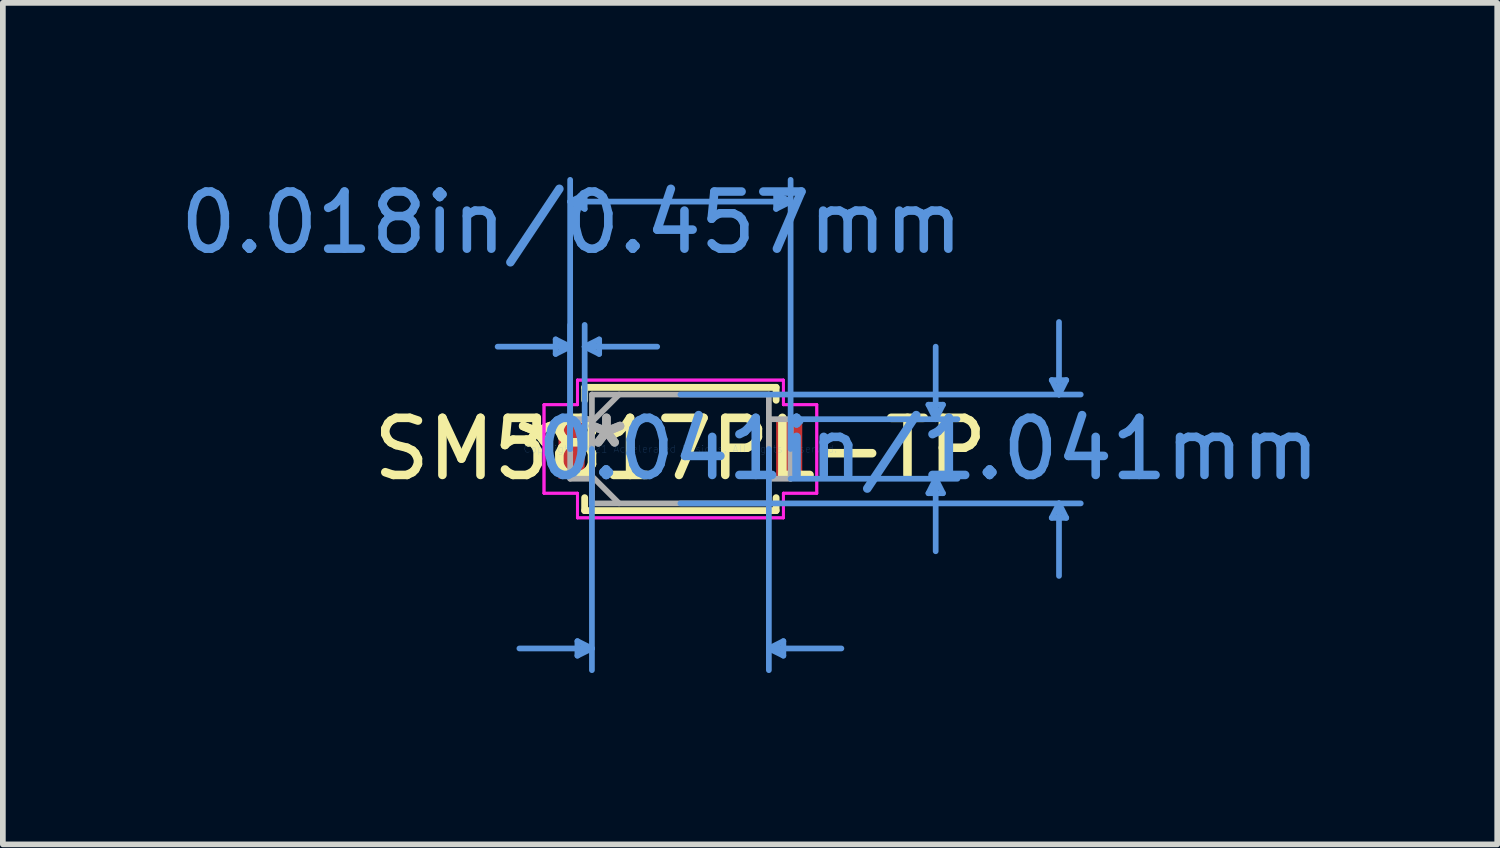
<source format=kicad_pcb>
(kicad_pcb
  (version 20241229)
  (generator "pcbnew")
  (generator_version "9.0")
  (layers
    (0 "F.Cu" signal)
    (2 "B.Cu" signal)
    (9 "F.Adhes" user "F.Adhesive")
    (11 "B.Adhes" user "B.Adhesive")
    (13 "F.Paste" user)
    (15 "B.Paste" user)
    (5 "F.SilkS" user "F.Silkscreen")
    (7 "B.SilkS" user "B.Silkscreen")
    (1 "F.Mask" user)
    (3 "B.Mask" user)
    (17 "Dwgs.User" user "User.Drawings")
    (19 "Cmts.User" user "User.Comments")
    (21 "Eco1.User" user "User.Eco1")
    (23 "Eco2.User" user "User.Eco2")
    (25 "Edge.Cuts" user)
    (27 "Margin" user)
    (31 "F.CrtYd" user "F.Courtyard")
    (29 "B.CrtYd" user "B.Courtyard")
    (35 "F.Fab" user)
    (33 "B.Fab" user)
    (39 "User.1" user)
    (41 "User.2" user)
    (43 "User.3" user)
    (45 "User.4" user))
  (footprint "SM5817PL-TP"
    (layer "F.Cu")
    (at 8.863 4.811)
    (property "Reference" "SM5817PL-TP" (at 0 0 0) (layer "F.SilkS") (effects (font (size 1 1) (thickness 0.15))))
    (attr through_hole)
    (fp_line (start -1.676 -1.079) (end -1.676 -0.853) (stroke (width 0.12) (type solid)) (layer "F.SilkS"))
    (fp_line (start -1.676 0.853) (end -1.676 1.079) (stroke (width 0.12) (type solid)) (layer "F.SilkS"))
    (fp_line (start -1.676 1.079) (end 1.676 1.079) (stroke (width 0.12) (type solid)) (layer "F.SilkS"))
    (fp_line (start 1.676 -1.079) (end -1.676 -1.079) (stroke (width 0.12) (type solid)) (layer "F.SilkS"))
    (fp_line (start 1.676 -0.853) (end 1.676 -1.079) (stroke (width 0.12) (type solid)) (layer "F.SilkS"))
    (fp_line (start 1.676 1.079) (end 1.676 0.853) (stroke (width 0.12) (type solid)) (layer "F.SilkS"))
    (fp_line (start -2.184 -1.918) (end -2.184 -1.664) (stroke (width 0.1) (type solid)) (layer "Cmts.User"))
    (fp_line (start -1.93 -4.331) (end -1.676 -4.458) (stroke (width 0.1) (type solid)) (layer "Cmts.User"))
    (fp_line (start -1.93 -4.331) (end -1.676 -4.204) (stroke (width 0.1) (type solid)) (layer "Cmts.User"))
    (fp_line (start -1.93 -4.331) (end 1.93 -4.331) (stroke (width 0.1) (type solid)) (layer "Cmts.User"))
    (fp_line (start -1.93 -1.791) (end -3.2 -1.791) (stroke (width 0.1) (type solid)) (layer "Cmts.User"))
    (fp_line (start -1.93 -1.791) (end -2.184 -1.918) (stroke (width 0.1) (type solid)) (layer "Cmts.User"))
    (fp_line (start -1.93 -1.791) (end -2.184 -1.664) (stroke (width 0.1) (type solid)) (layer "Cmts.User"))
    (fp_line (start -1.93 0) (end -1.93 -4.712) (stroke (width 0.1) (type solid)) (layer "Cmts.User"))
    (fp_line (start -1.93 0) (end -1.93 -2.172) (stroke (width 0.1) (type solid)) (layer "Cmts.User"))
    (fp_line (start -1.803 3.365) (end -1.803 3.619) (stroke (width 0.1) (type solid)) (layer "Cmts.User"))
    (fp_line (start -1.676 -4.458) (end -1.676 -4.204) (stroke (width 0.1) (type solid)) (layer "Cmts.User"))
    (fp_line (start -1.676 -1.791) (end -1.422 -1.918) (stroke (width 0.1) (type solid)) (layer "Cmts.User"))
    (fp_line (start -1.676 -1.791) (end -1.422 -1.664) (stroke (width 0.1) (type solid)) (layer "Cmts.User"))
    (fp_line (start -1.676 -1.791) (end -0.406 -1.791) (stroke (width 0.1) (type solid)) (layer "Cmts.User"))
    (fp_line (start -1.676 0) (end -1.676 -2.172) (stroke (width 0.1) (type solid)) (layer "Cmts.User"))
    (fp_line (start -1.549 0) (end -1.549 3.873) (stroke (width 0.1) (type solid)) (layer "Cmts.User"))
    (fp_line (start -1.549 3.493) (end -2.819 3.493) (stroke (width 0.1) (type solid)) (layer "Cmts.User"))
    (fp_line (start -1.549 3.493) (end -1.803 3.365) (stroke (width 0.1) (type solid)) (layer "Cmts.User"))
    (fp_line (start -1.549 3.493) (end -1.803 3.619) (stroke (width 0.1) (type solid)) (layer "Cmts.User"))
    (fp_line (start -1.422 -1.918) (end -1.422 -1.664) (stroke (width 0.1) (type solid)) (layer "Cmts.User"))
    (fp_line (start 0 -0.953) (end 7.01 -0.953) (stroke (width 0.1) (type solid)) (layer "Cmts.User"))
    (fp_line (start 0 0.953) (end 7.01 0.953) (stroke (width 0.1) (type solid)) (layer "Cmts.User"))
    (fp_line (start 1.549 0) (end 1.549 3.873) (stroke (width 0.1) (type solid)) (layer "Cmts.User"))
    (fp_line (start 1.549 3.493) (end 1.803 3.365) (stroke (width 0.1) (type solid)) (layer "Cmts.User"))
    (fp_line (start 1.549 3.493) (end 1.803 3.619) (stroke (width 0.1) (type solid)) (layer "Cmts.User"))
    (fp_line (start 1.549 3.493) (end 2.819 3.493) (stroke (width 0.1) (type solid)) (layer "Cmts.User"))
    (fp_line (start 1.676 -4.458) (end 1.676 -4.204) (stroke (width 0.1) (type solid)) (layer "Cmts.User"))
    (fp_line (start 1.803 3.365) (end 1.803 3.619) (stroke (width 0.1) (type solid)) (layer "Cmts.User"))
    (fp_line (start 1.93 -4.331) (end 1.676 -4.458) (stroke (width 0.1) (type solid)) (layer "Cmts.User"))
    (fp_line (start 1.93 -4.331) (end 1.676 -4.204) (stroke (width 0.1) (type solid)) (layer "Cmts.User"))
    (fp_line (start 1.93 -0.521) (end 4.851 -0.521) (stroke (width 0.1) (type solid)) (layer "Cmts.User"))
    (fp_line (start 1.93 0) (end 1.93 -4.712) (stroke (width 0.1) (type solid)) (layer "Cmts.User"))
    (fp_line (start 1.93 0.521) (end 4.851 0.521) (stroke (width 0.1) (type solid)) (layer "Cmts.User"))
    (fp_line (start 4.343 -0.775) (end 4.597 -0.775) (stroke (width 0.1) (type solid)) (layer "Cmts.User"))
    (fp_line (start 4.343 0.775) (end 4.597 0.775) (stroke (width 0.1) (type solid)) (layer "Cmts.User"))
    (fp_line (start 4.47 -0.521) (end 4.343 -0.775) (stroke (width 0.1) (type solid)) (layer "Cmts.User"))
    (fp_line (start 4.47 -0.521) (end 4.47 -1.791) (stroke (width 0.1) (type solid)) (layer "Cmts.User"))
    (fp_line (start 4.47 -0.521) (end 4.597 -0.775) (stroke (width 0.1) (type solid)) (layer "Cmts.User"))
    (fp_line (start 4.47 0.521) (end 4.343 0.775) (stroke (width 0.1) (type solid)) (layer "Cmts.User"))
    (fp_line (start 4.47 0.521) (end 4.47 1.791) (stroke (width 0.1) (type solid)) (layer "Cmts.User"))
    (fp_line (start 4.47 0.521) (end 4.597 0.775) (stroke (width 0.1) (type solid)) (layer "Cmts.User"))
    (fp_line (start 6.502 -1.206) (end 6.756 -1.206) (stroke (width 0.1) (type solid)) (layer "Cmts.User"))
    (fp_line (start 6.502 1.206) (end 6.756 1.206) (stroke (width 0.1) (type solid)) (layer "Cmts.User"))
    (fp_line (start 6.629 -0.953) (end 6.502 -1.206) (stroke (width 0.1) (type solid)) (layer "Cmts.User"))
    (fp_line (start 6.629 -0.953) (end 6.629 -2.223) (stroke (width 0.1) (type solid)) (layer "Cmts.User"))
    (fp_line (start 6.629 -0.953) (end 6.756 -1.206) (stroke (width 0.1) (type solid)) (layer "Cmts.User"))
    (fp_line (start 6.629 0.953) (end 6.502 1.206) (stroke (width 0.1) (type solid)) (layer "Cmts.User"))
    (fp_line (start 6.629 0.953) (end 6.629 2.223) (stroke (width 0.1) (type solid)) (layer "Cmts.User"))
    (fp_line (start 6.629 0.953) (end 6.756 1.206) (stroke (width 0.1) (type solid)) (layer "Cmts.User"))
    (fp_line (start -2.388 -0.775) (end -1.803 -0.775) (stroke (width 0.05) (type solid)) (layer "F.CrtYd"))
    (fp_line (start -2.388 -0.775) (end -1.803 -0.775) (stroke (width 0.05) (type solid)) (layer "F.CrtYd"))
    (fp_line (start -2.388 0.775) (end -2.388 -0.775) (stroke (width 0.05) (type solid)) (layer "F.CrtYd"))
    (fp_line (start -2.388 0.775) (end -2.388 -0.775) (stroke (width 0.05) (type solid)) (layer "F.CrtYd"))
    (fp_line (start -1.803 -1.206) (end 1.803 -1.206) (stroke (width 0.05) (type solid)) (layer "F.CrtYd"))
    (fp_line (start -1.803 -1.206) (end 1.803 -1.206) (stroke (width 0.05) (type solid)) (layer "F.CrtYd"))
    (fp_line (start -1.803 -0.775) (end -1.803 -1.206) (stroke (width 0.05) (type solid)) (layer "F.CrtYd"))
    (fp_line (start -1.803 -0.775) (end -1.803 -1.206) (stroke (width 0.05) (type solid)) (layer "F.CrtYd"))
    (fp_line (start -1.803 0.775) (end -2.388 0.775) (stroke (width 0.05) (type solid)) (layer "F.CrtYd"))
    (fp_line (start -1.803 0.775) (end -2.388 0.775) (stroke (width 0.05) (type solid)) (layer "F.CrtYd"))
    (fp_line (start -1.803 1.206) (end -1.803 0.775) (stroke (width 0.05) (type solid)) (layer "F.CrtYd"))
    (fp_line (start -1.803 1.206) (end -1.803 0.775) (stroke (width 0.05) (type solid)) (layer "F.CrtYd"))
    (fp_line (start 1.803 -1.206) (end 1.803 -0.775) (stroke (width 0.05) (type solid)) (layer "F.CrtYd"))
    (fp_line (start 1.803 -1.206) (end 1.803 -0.775) (stroke (width 0.05) (type solid)) (layer "F.CrtYd"))
    (fp_line (start 1.803 -0.775) (end 2.388 -0.775) (stroke (width 0.05) (type solid)) (layer "F.CrtYd"))
    (fp_line (start 1.803 -0.775) (end 2.388 -0.775) (stroke (width 0.05) (type solid)) (layer "F.CrtYd"))
    (fp_line (start 1.803 0.775) (end 1.803 1.206) (stroke (width 0.05) (type solid)) (layer "F.CrtYd"))
    (fp_line (start 1.803 0.775) (end 1.803 1.206) (stroke (width 0.05) (type solid)) (layer "F.CrtYd"))
    (fp_line (start 1.803 1.206) (end -1.803 1.206) (stroke (width 0.05) (type solid)) (layer "F.CrtYd"))
    (fp_line (start 1.803 1.206) (end -1.803 1.206) (stroke (width 0.05) (type solid)) (layer "F.CrtYd"))
    (fp_line (start 2.388 -0.775) (end 2.388 0.775) (stroke (width 0.05) (type solid)) (layer "F.CrtYd"))
    (fp_line (start 2.388 -0.775) (end 2.388 0.775) (stroke (width 0.05) (type solid)) (layer "F.CrtYd"))
    (fp_line (start 2.388 0.775) (end 1.803 0.775) (stroke (width 0.05) (type solid)) (layer "F.CrtYd"))
    (fp_line (start 2.388 0.775) (end 1.803 0.775) (stroke (width 0.05) (type solid)) (layer "F.CrtYd"))
    (fp_line (start -1.93 -0.521) (end -1.93 0.521) (stroke (width 0.1) (type solid)) (layer "F.Fab"))
    (fp_line (start -1.93 0.521) (end -1.549 0.521) (stroke (width 0.1) (type solid)) (layer "F.Fab"))
    (fp_line (start -1.549 -0.953) (end -1.549 0.953) (stroke (width 0.1) (type solid)) (layer "F.Fab"))
    (fp_line (start -1.549 -0.521) (end -1.93 -0.521) (stroke (width 0.1) (type solid)) (layer "F.Fab"))
    (fp_line (start -1.549 -0.476) (end -1.073 -0.953) (stroke (width 0.1) (type solid)) (layer "F.Fab"))
    (fp_line (start -1.549 0.476) (end -1.073 0.953) (stroke (width 0.1) (type solid)) (layer "F.Fab"))
    (fp_line (start -1.549 0.521) (end -1.549 -0.521) (stroke (width 0.1) (type solid)) (layer "F.Fab"))
    (fp_line (start -1.549 0.953) (end 1.549 0.953) (stroke (width 0.1) (type solid)) (layer "F.Fab"))
    (fp_line (start 1.549 -0.953) (end -1.549 -0.953) (stroke (width 0.1) (type solid)) (layer "F.Fab"))
    (fp_line (start 1.549 -0.521) (end 1.549 0.521) (stroke (width 0.1) (type solid)) (layer "F.Fab"))
    (fp_line (start 1.549 0.521) (end 1.93 0.521) (stroke (width 0.1) (type solid)) (layer "F.Fab"))
    (fp_line (start 1.549 0.953) (end 1.549 -0.953) (stroke (width 0.1) (type solid)) (layer "F.Fab"))
    (fp_line (start 1.93 -0.521) (end 1.549 -0.521) (stroke (width 0.1) (type solid)) (layer "F.Fab"))
    (fp_line (start 1.93 0.521) (end 1.93 -0.521) (stroke (width 0.1) (type solid)) (layer "F.Fab"))
    (fp_text user "*" (at -2.515 0 0) (layer "F.SilkS") (effects (font (size 1 1) (thickness 0.15))))
    (fp_text user "*" (at -2.515 0 0) (layer "F.SilkS") (effects (font (size 1 1) (thickness 0.15))))
    (fp_text user "Copyright 2021 Accelerated Designs. All rights reserved." (at 0 0 0) (layer "Cmts.User") (effects (font (size 0.127 0.127) (thickness 0.002))))
    (fp_text user "0.018in/0.457mm" (at -1.905 -3.962 0) (layer "Cmts.User") (effects (font (size 1 1) (thickness 0.15))))
    (fp_text user "0.041in/1.041mm" (at 4.343 0 0) (layer "Cmts.User") (effects (font (size 1 1) (thickness 0.15))))
    (fp_text user "*" (at -1.295 0 0) (layer "F.Fab") (effects (font (size 1 1) (thickness 0.15))))
    (fp_text user "*" (at -1.295 0 0) (layer "F.Fab") (effects (font (size 1 1) (thickness 0.15))))
    (pad "1" smd rect (at -1.905 0) (size 0.457 1.041) (layers "F.Cu" "F.Mask" "F.Paste"))
    (pad "2" smd rect (at 1.905 0) (size 0.457 1.041) (layers "F.Cu" "F.Mask" "F.Paste")))
  (gr_rect
    (start -3 -3)
    (end 23.165 11.734)
    (stroke (width 0.1) (type default))
    (fill no)
    (layer "Edge.Cuts")))
</source>
